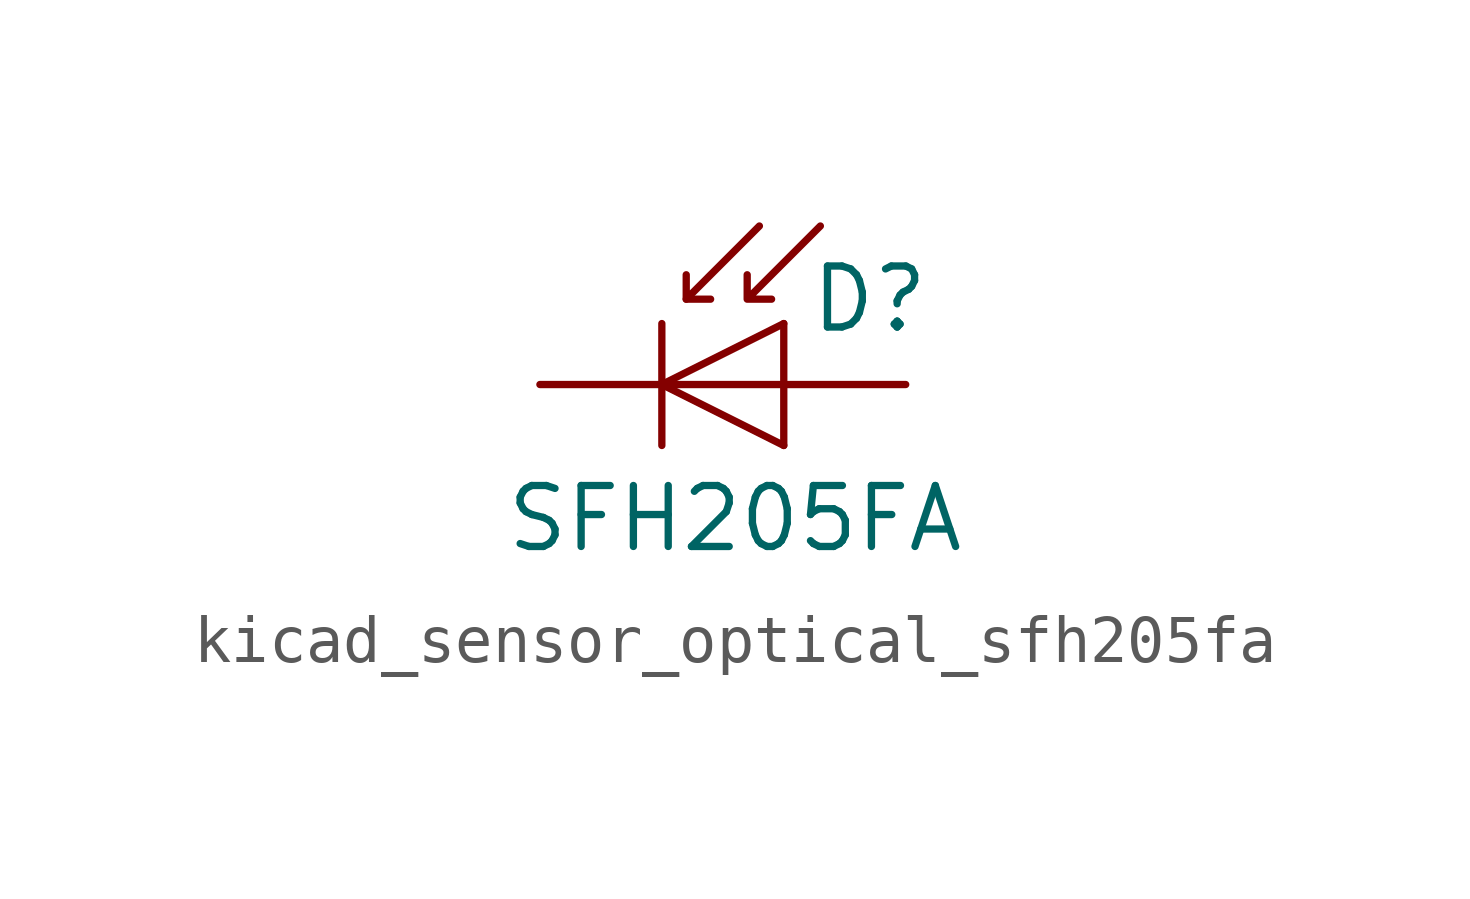
<source format=kicad_sym>
(kicad_symbol_lib
  (version 20220914)
  (generator kicad_symbol_editor)
  (symbol "kicad_sensor_optical_sfh205fa"
    (pin_numbers hide)
    (pin_names
      (offset 1.016) hide)
    (property "Reference" "D"
      (at 0.508 1.778 0)
      (effects (font (size 1.27 1.27)) (justify left)))
    (property "Value" "SFH205FA"
      (at -1.016 -2.794 0)
      (effects (font (size 1.27 1.27))))
    (symbol "kicad_sensor_optical_sfh205fa_0_1"
      (polyline (pts (xy -2.54 1.27) (xy -2.54 -1.27)) (stroke (width 0.152) (type default)) (fill (type none)))
      (polyline (pts (xy -2.032 1.778) (xy -1.524 1.778)) (stroke (width 0) (type default)) (fill (type none)))
      (polyline (pts (xy 0 0) (xy -2.54 0)) (stroke (width 0) (type default)) (fill (type none)))
      (polyline (pts (xy 0 1.27) (xy 0 -1.27)) (stroke (width 0) (type default)) (fill (type none)))
      (polyline (pts (xy -0.508 3.302) (xy -2.032 1.778) (xy -2.032 2.286)) (stroke (width 0) (type default)) (fill (type none)))
      (polyline (pts (xy 0 1.27) (xy -2.54 0) (xy 0 -1.27)) (stroke (width 0) (type default)) (fill (type none)))
      (polyline (pts (xy 0.762 3.302) (xy -0.762 1.778) (xy -0.762 2.286) (xy -0.762 1.778) (xy -0.254 1.778)) (stroke (width 0) (type default)) (fill (type none))))
    (symbol "kicad_sensor_optical_sfh205fa_1_1"
      (pin passive line (at -5.08 0 0) (length 2.54) (name "K" (effects (font (size 1.27 1.27)))) (number "1" (effects (font (size 1.27 1.27)))))
      (pin passive line (at 2.54 0 180) (length 2.54) (name "A" (effects (font (size 1.27 1.27)))) (number "2" (effects (font (size 1.27 1.27))))))))
</source>
